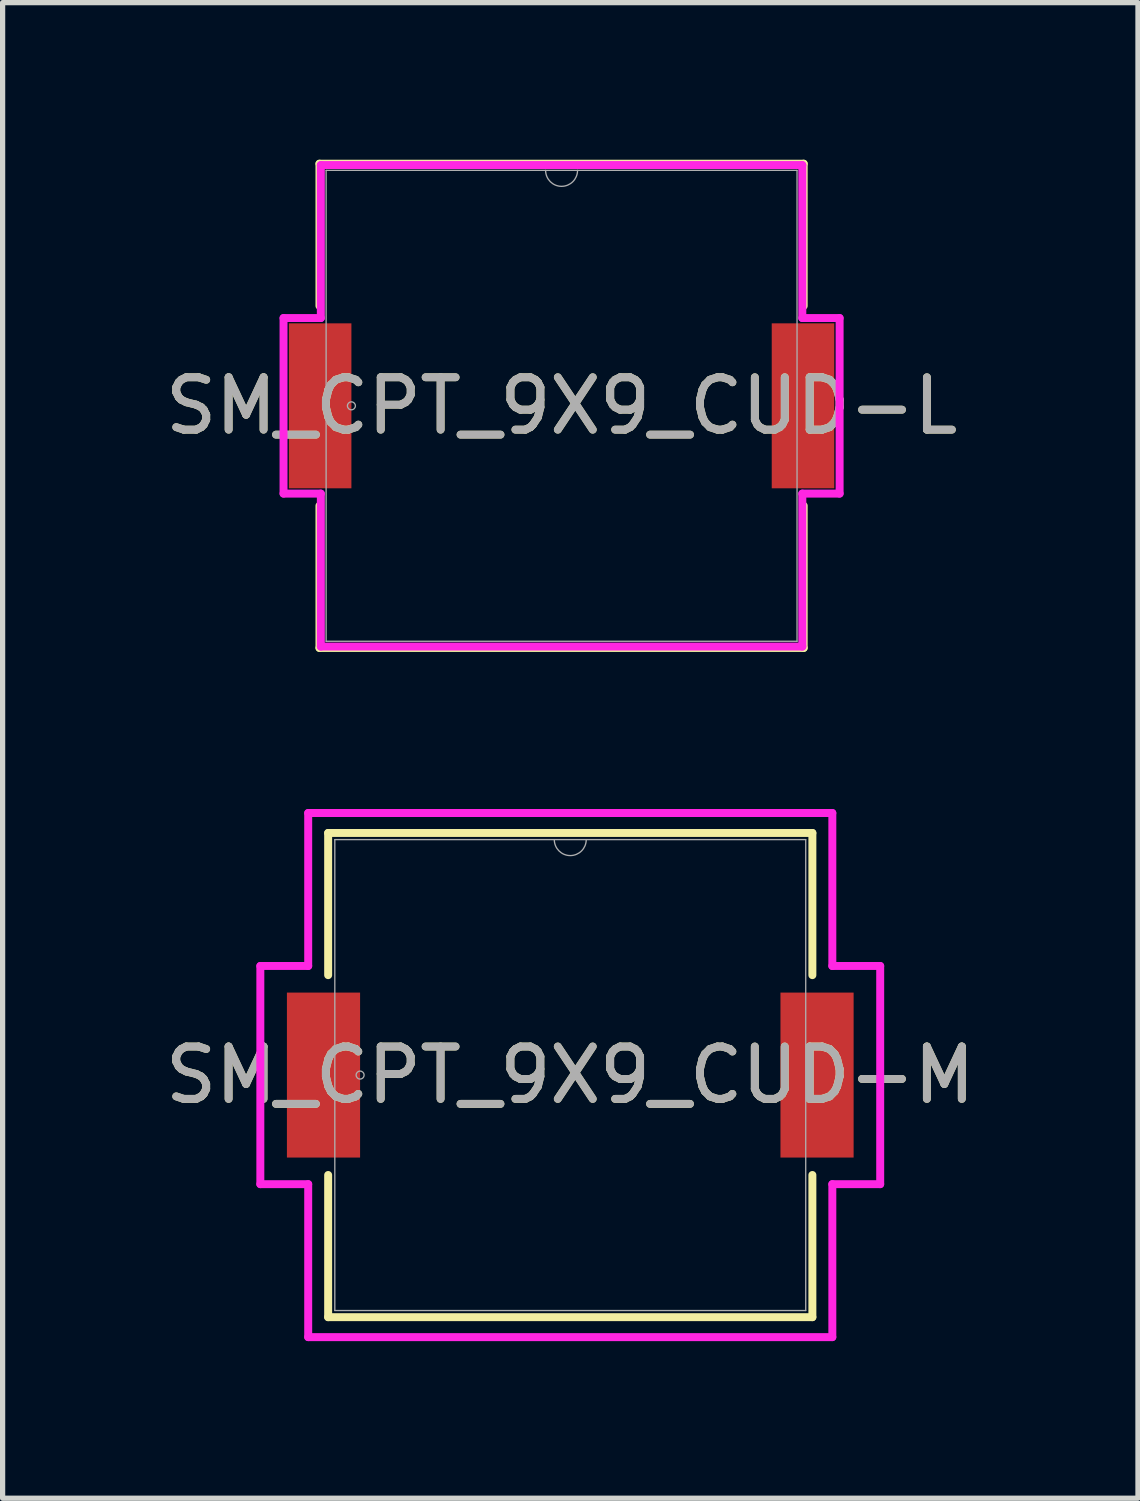
<source format=kicad_pcb>
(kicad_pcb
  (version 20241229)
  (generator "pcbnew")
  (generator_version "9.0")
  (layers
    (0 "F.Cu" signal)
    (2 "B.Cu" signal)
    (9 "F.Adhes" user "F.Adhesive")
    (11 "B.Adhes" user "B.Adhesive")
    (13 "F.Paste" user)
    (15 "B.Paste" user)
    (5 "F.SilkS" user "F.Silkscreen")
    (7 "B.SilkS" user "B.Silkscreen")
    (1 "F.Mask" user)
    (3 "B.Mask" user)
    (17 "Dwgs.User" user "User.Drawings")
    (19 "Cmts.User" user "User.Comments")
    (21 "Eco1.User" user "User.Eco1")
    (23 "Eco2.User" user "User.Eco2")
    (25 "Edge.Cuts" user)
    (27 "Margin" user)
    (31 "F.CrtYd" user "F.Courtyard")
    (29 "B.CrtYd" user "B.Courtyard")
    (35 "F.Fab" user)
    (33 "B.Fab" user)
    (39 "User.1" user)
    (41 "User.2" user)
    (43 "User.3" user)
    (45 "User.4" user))
  (footprint "SM_CPT_9X9_CUD-M"
    (layer "F.Cu")
    (at 7.839 17.478)
    (property "Reference" "SM_CPT_9X9_CUD-M" (at 0 0 0) (unlocked yes) (layer "F.SilkS") (effects (font (size 1 1) (thickness 0.15))))
    (attr smd)
    (fp_line (start -4.623 -4.623) (end -4.623 -1.908) (stroke (width 0.152) (type solid)) (layer "F.SilkS"))
    (fp_line (start -4.623 1.908) (end -4.623 4.623) (stroke (width 0.152) (type solid)) (layer "F.SilkS"))
    (fp_line (start -4.623 4.623) (end 4.623 4.623) (stroke (width 0.152) (type solid)) (layer "F.SilkS"))
    (fp_line (start 4.623 -4.623) (end -4.623 -4.623) (stroke (width 0.152) (type solid)) (layer "F.SilkS"))
    (fp_line (start 4.623 -1.908) (end 4.623 -4.623) (stroke (width 0.152) (type solid)) (layer "F.SilkS"))
    (fp_line (start 4.623 4.623) (end 4.623 1.908) (stroke (width 0.152) (type solid)) (layer "F.SilkS"))
    (fp_line (start -5.918 -2.083) (end -5.004 -2.083) (stroke (width 0.152) (type solid)) (layer "F.CrtYd"))
    (fp_line (start -5.918 2.083) (end -5.918 -2.083) (stroke (width 0.152) (type solid)) (layer "F.CrtYd"))
    (fp_line (start -5.918 2.083) (end -5.004 2.083) (stroke (width 0.152) (type solid)) (layer "F.CrtYd"))
    (fp_line (start -5.004 -5.004) (end 5.004 -5.004) (stroke (width 0.152) (type solid)) (layer "F.CrtYd"))
    (fp_line (start -5.004 -2.083) (end -5.004 -5.004) (stroke (width 0.152) (type solid)) (layer "F.CrtYd"))
    (fp_line (start -5.004 5.004) (end -5.004 2.083) (stroke (width 0.152) (type solid)) (layer "F.CrtYd"))
    (fp_line (start 5.004 -5.004) (end 5.004 -2.083) (stroke (width 0.152) (type solid)) (layer "F.CrtYd"))
    (fp_line (start 5.004 2.083) (end 5.004 5.004) (stroke (width 0.152) (type solid)) (layer "F.CrtYd"))
    (fp_line (start 5.004 5.004) (end -5.004 5.004) (stroke (width 0.152) (type solid)) (layer "F.CrtYd"))
    (fp_line (start 5.918 -2.083) (end 5.004 -2.083) (stroke (width 0.152) (type solid)) (layer "F.CrtYd"))
    (fp_line (start 5.918 -2.083) (end 5.918 2.083) (stroke (width 0.152) (type solid)) (layer "F.CrtYd"))
    (fp_line (start 5.918 2.083) (end 5.004 2.083) (stroke (width 0.152) (type solid)) (layer "F.CrtYd"))
    (fp_line (start -4.496 -4.496) (end -4.496 4.496) (stroke (width 0.025) (type solid)) (layer "F.Fab"))
    (fp_line (start -4.496 4.496) (end 4.496 4.496) (stroke (width 0.025) (type solid)) (layer "F.Fab"))
    (fp_line (start 4.496 -4.496) (end -4.496 -4.496) (stroke (width 0.025) (type solid)) (layer "F.Fab"))
    (fp_line (start 4.496 4.496) (end 4.496 -4.496) (stroke (width 0.025) (type solid)) (layer "F.Fab"))
    (fp_arc (start 0.3048 -4.4958) (mid 0 -4.191) (end -0.3048 -4.4958) (stroke (width 0.0254) (type solid)) (layer "F.Fab"))
    (fp_circle (center -4.013 0) (end -3.937 0) (stroke (width 0.025) (type solid)) (fill no) (layer "F.Fab"))
    (fp_text user "${REFERENCE}" (at 0 0 0) (unlocked yes) (layer "F.Fab") (effects (font (size 1 1) (thickness 0.15))))
    (pad "1" smd rect (at -4.712 0) (size 1.397 3.15) (layers "F.Cu" "F.Mask" "F.Paste"))
    (pad "2" smd rect (at 4.712 0) (size 1.397 3.15) (layers "F.Cu" "F.Mask" "F.Paste")))
  (footprint "SM_CPT_9X9_CUD-L"
    (layer "F.Cu")
    (at 7.673 4.699)
    (property "Reference" "SM_CPT_9X9_CUD-L" (at 0 0 0) (unlocked yes) (layer "F.SilkS") (effects (font (size 1 1) (thickness 0.15))))
    (attr smd)
    (fp_line (start -4.623 -4.623) (end -4.623 -1.908) (stroke (width 0.152) (type solid)) (layer "F.SilkS"))
    (fp_line (start -4.623 1.908) (end -4.623 4.623) (stroke (width 0.152) (type solid)) (layer "F.SilkS"))
    (fp_line (start -4.623 4.623) (end 4.623 4.623) (stroke (width 0.152) (type solid)) (layer "F.SilkS"))
    (fp_line (start 4.623 -4.623) (end -4.623 -4.623) (stroke (width 0.152) (type solid)) (layer "F.SilkS"))
    (fp_line (start 4.623 -1.908) (end 4.623 -4.623) (stroke (width 0.152) (type solid)) (layer "F.SilkS"))
    (fp_line (start 4.623 4.623) (end 4.623 1.908) (stroke (width 0.152) (type solid)) (layer "F.SilkS"))
    (fp_line (start -5.309 -1.676) (end -4.597 -1.676) (stroke (width 0.152) (type solid)) (layer "F.CrtYd"))
    (fp_line (start -5.309 1.676) (end -5.309 -1.676) (stroke (width 0.152) (type solid)) (layer "F.CrtYd"))
    (fp_line (start -5.309 1.676) (end -4.597 1.676) (stroke (width 0.152) (type solid)) (layer "F.CrtYd"))
    (fp_line (start -4.597 -4.597) (end 4.597 -4.597) (stroke (width 0.152) (type solid)) (layer "F.CrtYd"))
    (fp_line (start -4.597 -1.676) (end -4.597 -4.597) (stroke (width 0.152) (type solid)) (layer "F.CrtYd"))
    (fp_line (start -4.597 4.597) (end -4.597 1.676) (stroke (width 0.152) (type solid)) (layer "F.CrtYd"))
    (fp_line (start 4.597 -4.597) (end 4.597 -1.676) (stroke (width 0.152) (type solid)) (layer "F.CrtYd"))
    (fp_line (start 4.597 1.676) (end 4.597 4.597) (stroke (width 0.152) (type solid)) (layer "F.CrtYd"))
    (fp_line (start 4.597 4.597) (end -4.597 4.597) (stroke (width 0.152) (type solid)) (layer "F.CrtYd"))
    (fp_line (start 5.309 -1.676) (end 4.597 -1.676) (stroke (width 0.152) (type solid)) (layer "F.CrtYd"))
    (fp_line (start 5.309 -1.676) (end 5.309 1.676) (stroke (width 0.152) (type solid)) (layer "F.CrtYd"))
    (fp_line (start 5.309 1.676) (end 4.597 1.676) (stroke (width 0.152) (type solid)) (layer "F.CrtYd"))
    (fp_line (start -4.496 -4.496) (end -4.496 4.496) (stroke (width 0.025) (type solid)) (layer "F.Fab"))
    (fp_line (start -4.496 4.496) (end 4.496 4.496) (stroke (width 0.025) (type solid)) (layer "F.Fab"))
    (fp_line (start 4.496 -4.496) (end -4.496 -4.496) (stroke (width 0.025) (type solid)) (layer "F.Fab"))
    (fp_line (start 4.496 4.496) (end 4.496 -4.496) (stroke (width 0.025) (type solid)) (layer "F.Fab"))
    (fp_arc (start 0.3048 -4.4958) (mid 0 -4.191) (end -0.3048 -4.4958) (stroke (width 0.0254) (type solid)) (layer "F.Fab"))
    (fp_circle (center -4.013 0) (end -3.937 0) (stroke (width 0.025) (type solid)) (fill no) (layer "F.Fab"))
    (fp_text user "${REFERENCE}" (at 0 0 0) (unlocked yes) (layer "F.Fab") (effects (font (size 1 1) (thickness 0.15))))
    (pad "1" smd rect (at -4.61 0) (size 1.194 3.15) (layers "F.Cu" "F.Mask" "F.Paste"))
    (pad "2" smd rect (at 4.61 0) (size 1.194 3.15) (layers "F.Cu" "F.Mask" "F.Paste")))
  (gr_rect
    (start -3 -3)
    (end 18.679 25.558)
    (stroke (width 0.1) (type default))
    (fill no)
    (layer "Edge.Cuts")))
</source>
